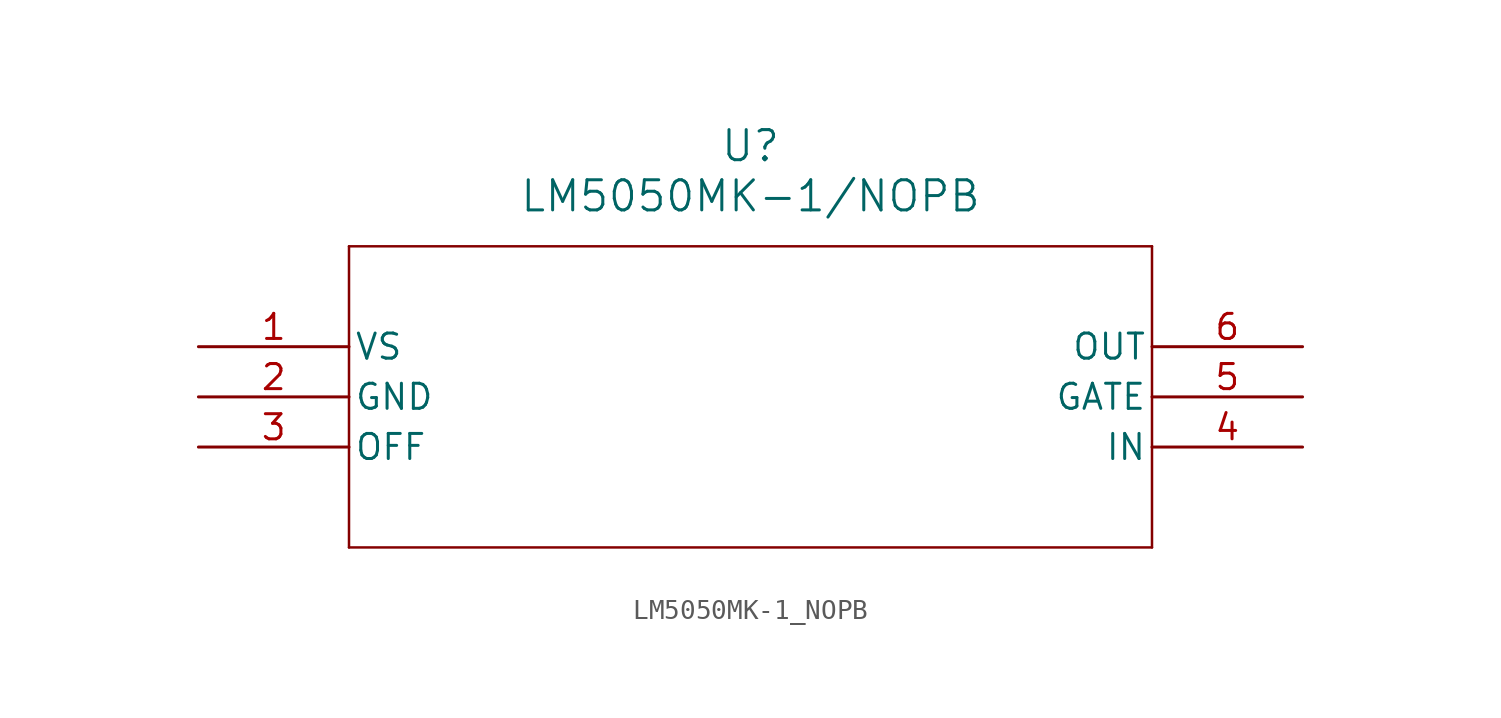
<source format=kicad_sym>
(kicad_symbol_lib
  (version 20211014)
  (generator kicad_symbol_editor)
  (symbol "LM5050MK-1_NOPB"
    (pin_names
      (offset 0.254))
    (property "Reference" "U"
      (at 27.94 10.16 0)
      (effects (font (size 1.524 1.524))))
    (property "Value" "LM5050MK-1/NOPB"
      (at 27.94 7.62 0)
      (effects (font (size 1.524 1.524))))
    (symbol "LM5050MK-1_NOPB_0_1"
      (polyline (pts (xy 7.62 5.08) (xy 7.62 -10.16)) (stroke (width 0.127) (type default) (color 0 0 0 0)) (fill (type none)))
      (polyline (pts (xy 7.62 -10.16) (xy 48.26 -10.16)) (stroke (width 0.127) (type default) (color 0 0 0 0)) (fill (type none)))
      (polyline (pts (xy 48.26 -10.16) (xy 48.26 5.08)) (stroke (width 0.127) (type default) (color 0 0 0 0)) (fill (type none)))
      (polyline (pts (xy 48.26 5.08) (xy 7.62 5.08)) (stroke (width 0.127) (type default) (color 0 0 0 0)) (fill (type none)))
      (pin unspecified line (at 0 0 0) (length 7.62) (name "VS" (effects (font (size 1.27 1.27)))) (number "1" (effects (font (size 1.27 1.27)))))
      (pin power_in line (at 0 -2.54 0) (length 7.62) (name "GND" (effects (font (size 1.27 1.27)))) (number "2" (effects (font (size 1.27 1.27)))))
      (pin unspecified line (at 0 -5.08 0) (length 7.62) (name "OFF" (effects (font (size 1.27 1.27)))) (number "3" (effects (font (size 1.27 1.27)))))
      (pin input line (at 55.88 -5.08 180) (length 7.62) (name "IN" (effects (font (size 1.27 1.27)))) (number "4" (effects (font (size 1.27 1.27)))))
      (pin unspecified line (at 55.88 -2.54 180) (length 7.62) (name "GATE" (effects (font (size 1.27 1.27)))) (number "5" (effects (font (size 1.27 1.27)))))
      (pin output line (at 55.88 0 180) (length 7.62) (name "OUT" (effects (font (size 1.27 1.27)))) (number "6" (effects (font (size 1.27 1.27))))))))
</source>
